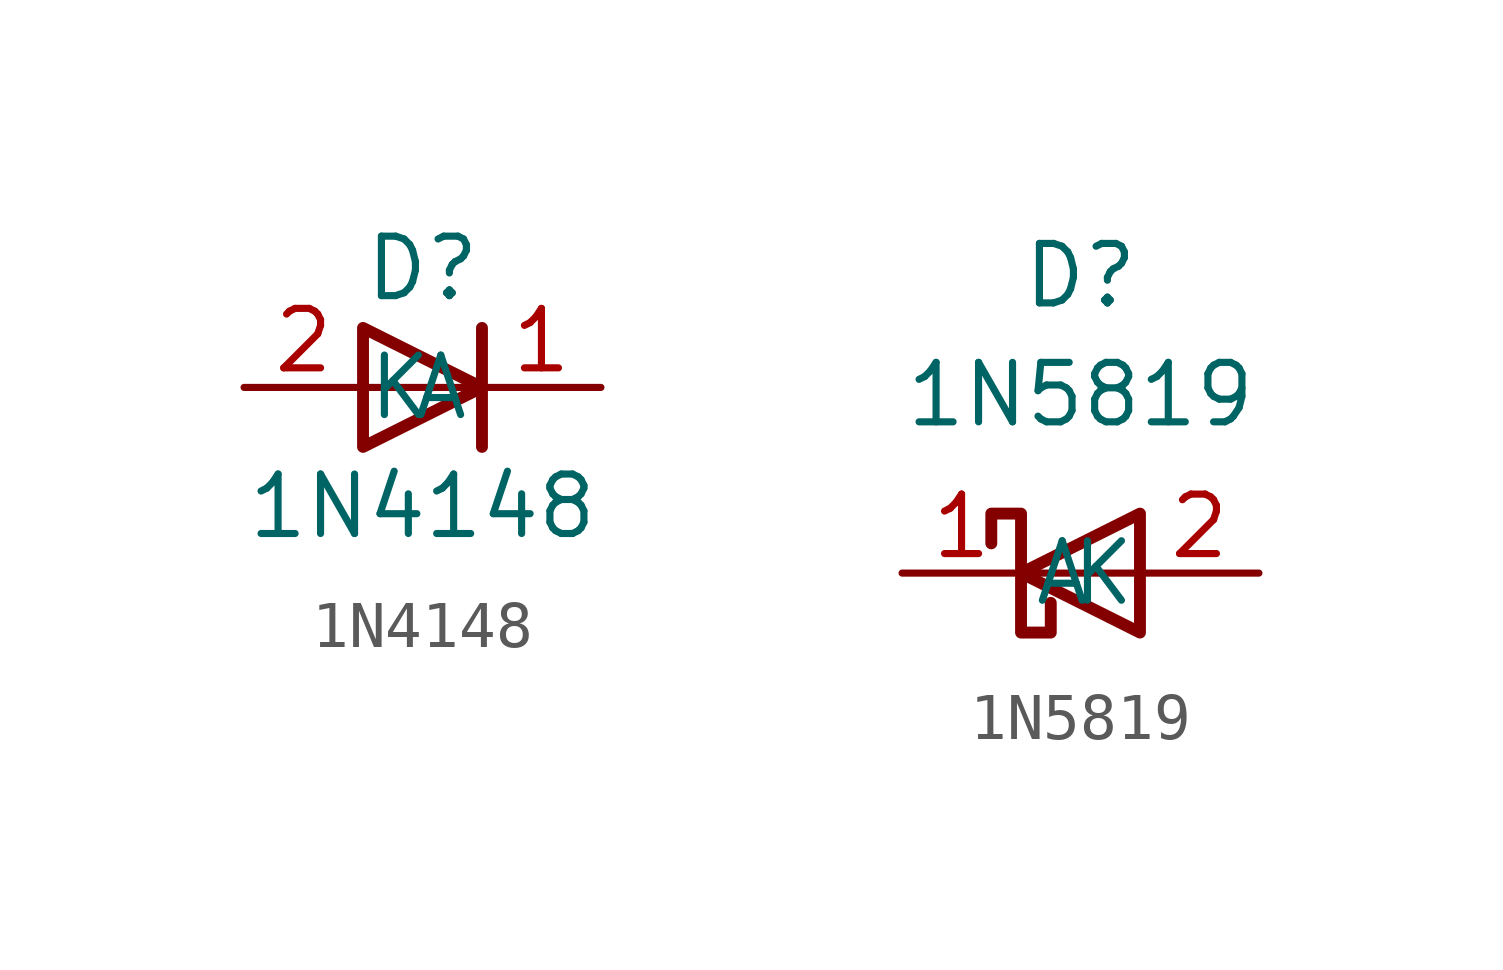
<source format=kicad_sym>
(kicad_symbol_lib
  (version 20220914)
  (generator kicad_symbol_editor)
  (symbol "1N4148"
    (pin_names
      (offset 1.016))
    (property "Reference" "D"
      (at 0 2.54 0)
      (effects (font (size 1.27 1.27))))
    (property "Value" "1N4148"
      (at 0 -2.54 0)
      (effects (font (size 1.27 1.27))))
    (symbol "1N4148_1_1"
      (polyline (pts (xy 1.27 0) (xy -1.27 0)) (stroke (width 0) (type default)) (fill (type none)))
      (polyline (pts (xy 1.27 1.27) (xy 1.27 -1.27)) (stroke (width 0.254) (type default)) (fill (type none)))
      (polyline (pts (xy -1.27 -1.27) (xy -1.27 1.27) (xy 1.27 0) (xy -1.27 -1.27)) (stroke (width 0.254) (type default)) (fill (type none)))
      (pin passive line (at 3.81 0 180) (length 2.54) (name "K" (effects (font (size 1.27 1.27)))) (number "1" (effects (font (size 1.27 1.27)))))
      (pin passive line (at -3.81 0 0) (length 2.54) (name "A" (effects (font (size 1.27 1.27)))) (number "2" (effects (font (size 1.27 1.27)))))))
  (symbol "1N5819"
    (pin_names
      (offset 1.016))
    (property "Reference" "D"
      (at 0 6.35 0)
      (effects (font (size 1.27 1.27))))
    (property "Value" "1N5819"
      (at 0 3.81 0)
      (effects (font (size 1.27 1.27))))
    (symbol "1N5819_1_1"
      (polyline (pts (xy 1.27 0) (xy -1.27 0)) (stroke (width 0) (type default)) (fill (type none)))
      (polyline (pts (xy 1.27 1.27) (xy 1.27 -1.27) (xy -1.27 0) (xy 1.27 1.27)) (stroke (width 0.254) (type default)) (fill (type none)))
      (polyline (pts (xy -1.905 0.635) (xy -1.905 1.27) (xy -1.27 1.27) (xy -1.27 -1.27) (xy -0.635 -1.27) (xy -0.635 -0.635)) (stroke (width 0.254) (type default)) (fill (type none)))
      (pin passive line (at -3.81 0 0) (length 2.54) (name "K" (effects (font (size 1.27 1.27)))) (number "1" (effects (font (size 1.27 1.27)))))
      (pin passive line (at 3.81 0 180) (length 2.54) (name "A" (effects (font (size 1.27 1.27)))) (number "2" (effects (font (size 1.27 1.27))))))))
</source>
